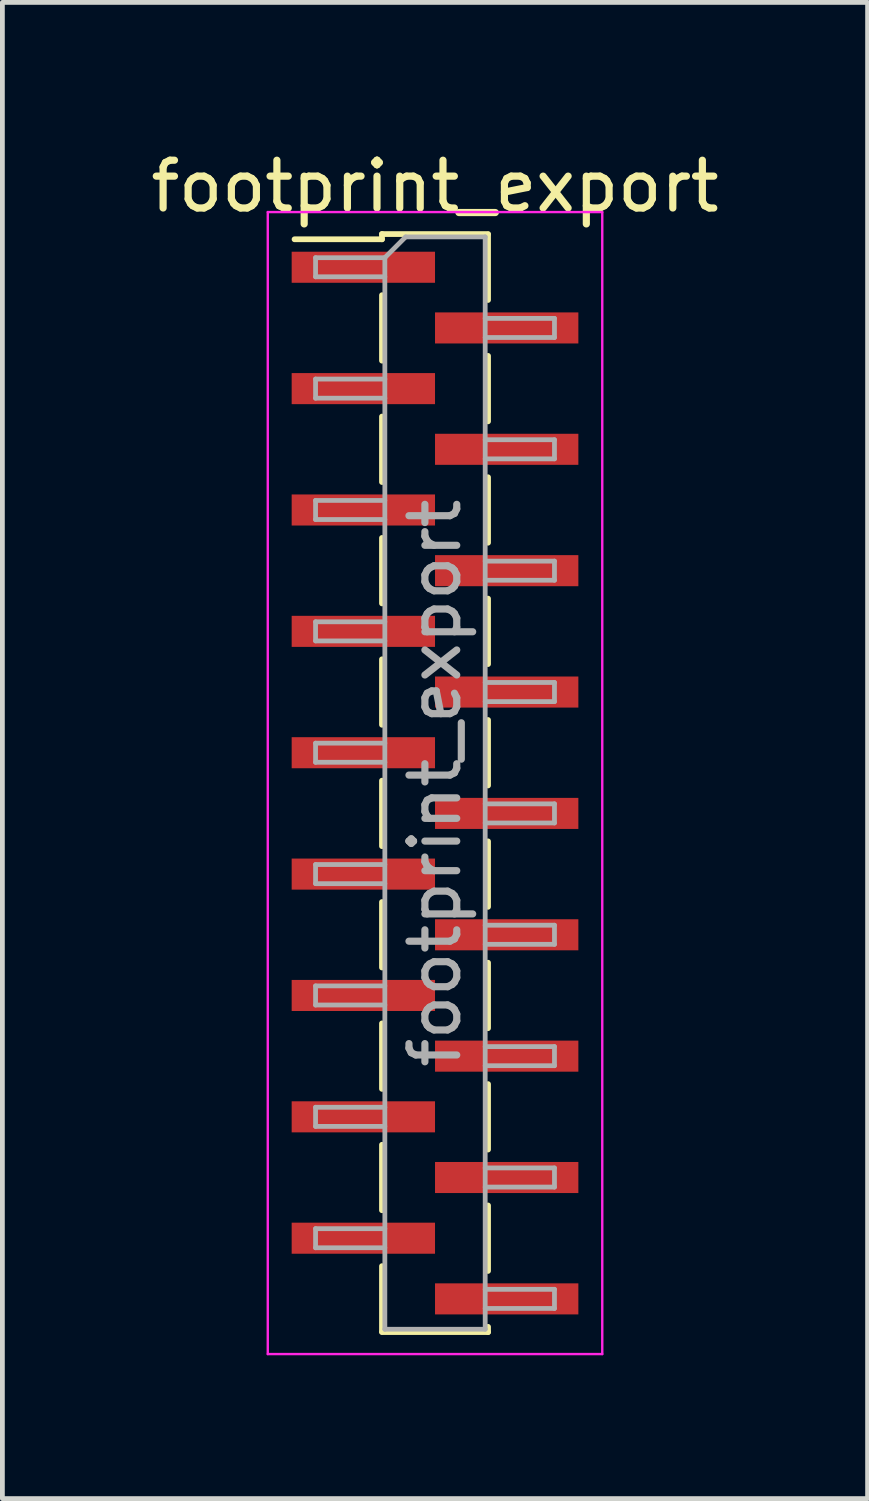
<source format=kicad_pcb>
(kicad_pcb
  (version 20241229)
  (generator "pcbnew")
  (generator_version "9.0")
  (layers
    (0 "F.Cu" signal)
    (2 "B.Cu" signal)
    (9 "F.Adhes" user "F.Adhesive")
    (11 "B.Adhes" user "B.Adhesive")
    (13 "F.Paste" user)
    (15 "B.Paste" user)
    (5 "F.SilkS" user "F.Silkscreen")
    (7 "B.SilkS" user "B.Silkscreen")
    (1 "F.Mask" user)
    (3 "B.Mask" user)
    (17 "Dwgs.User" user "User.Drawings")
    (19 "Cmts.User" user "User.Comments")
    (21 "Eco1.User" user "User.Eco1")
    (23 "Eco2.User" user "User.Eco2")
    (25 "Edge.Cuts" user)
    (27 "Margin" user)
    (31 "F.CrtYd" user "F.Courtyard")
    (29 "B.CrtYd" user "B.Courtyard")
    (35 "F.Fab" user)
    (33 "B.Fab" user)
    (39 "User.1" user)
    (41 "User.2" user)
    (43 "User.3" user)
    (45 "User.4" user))
  (footprint "footprint_export"
    (layer "F.Cu")
    (at 6.054 13.338)
    (property "Reference" "footprint_export" (at 0 -12.49 0) (layer "F.SilkS") (effects (font (size 1 1) (thickness 0.15))))
    (attr smd)
    (fp_line (start -1.11 -11.49) (end -1.11 -11.38) (stroke (width 0.12) (type solid)) (layer "F.SilkS"))
    (fp_line (start -1.11 -11.49) (end 1.11 -11.49) (stroke (width 0.12) (type solid)) (layer "F.SilkS"))
    (fp_line (start -1.11 -11.38) (end -2.94 -11.38) (stroke (width 0.12) (type solid)) (layer "F.SilkS"))
    (fp_line (start -1.11 -10.21) (end -1.11 -8.84) (stroke (width 0.12) (type solid)) (layer "F.SilkS"))
    (fp_line (start -1.11 -7.67) (end -1.11 -6.3) (stroke (width 0.12) (type solid)) (layer "F.SilkS"))
    (fp_line (start -1.11 -5.13) (end -1.11 -3.76) (stroke (width 0.12) (type solid)) (layer "F.SilkS"))
    (fp_line (start -1.11 -2.59) (end -1.11 -1.22) (stroke (width 0.12) (type solid)) (layer "F.SilkS"))
    (fp_line (start -1.11 -0.05) (end -1.11 1.32) (stroke (width 0.12) (type solid)) (layer "F.SilkS"))
    (fp_line (start -1.11 2.49) (end -1.11 3.86) (stroke (width 0.12) (type solid)) (layer "F.SilkS"))
    (fp_line (start -1.11 5.03) (end -1.11 6.4) (stroke (width 0.12) (type solid)) (layer "F.SilkS"))
    (fp_line (start -1.11 7.57) (end -1.11 8.94) (stroke (width 0.12) (type solid)) (layer "F.SilkS"))
    (fp_line (start -1.11 10.11) (end -1.11 11.48) (stroke (width 0.12) (type solid)) (layer "F.SilkS"))
    (fp_line (start -1.11 11.49) (end 1.11 11.49) (stroke (width 0.12) (type solid)) (layer "F.SilkS"))
    (fp_line (start 1.11 -11.48) (end 1.11 -10.11) (stroke (width 0.12) (type solid)) (layer "F.SilkS"))
    (fp_line (start 1.11 -8.94) (end 1.11 -7.57) (stroke (width 0.12) (type solid)) (layer "F.SilkS"))
    (fp_line (start 1.11 -6.4) (end 1.11 -5.03) (stroke (width 0.12) (type solid)) (layer "F.SilkS"))
    (fp_line (start 1.11 -3.86) (end 1.11 -2.49) (stroke (width 0.12) (type solid)) (layer "F.SilkS"))
    (fp_line (start 1.11 -1.32) (end 1.11 0.05) (stroke (width 0.12) (type solid)) (layer "F.SilkS"))
    (fp_line (start 1.11 1.22) (end 1.11 2.59) (stroke (width 0.12) (type solid)) (layer "F.SilkS"))
    (fp_line (start 1.11 3.76) (end 1.11 5.13) (stroke (width 0.12) (type solid)) (layer "F.SilkS"))
    (fp_line (start 1.11 6.3) (end 1.11 7.67) (stroke (width 0.12) (type solid)) (layer "F.SilkS"))
    (fp_line (start 1.11 8.84) (end 1.11 10.21) (stroke (width 0.12) (type solid)) (layer "F.SilkS"))
    (fp_line (start 1.11 11.38) (end 1.11 11.49) (stroke (width 0.12) (type solid)) (layer "F.SilkS"))
    (fp_line (start -3.5 -11.95) (end -3.5 11.95) (stroke (width 0.05) (type solid)) (layer "F.CrtYd"))
    (fp_line (start -3.5 11.95) (end 3.5 11.95) (stroke (width 0.05) (type solid)) (layer "F.CrtYd"))
    (fp_line (start 3.5 -11.95) (end -3.5 -11.95) (stroke (width 0.05) (type solid)) (layer "F.CrtYd"))
    (fp_line (start 3.5 11.95) (end 3.5 -11.95) (stroke (width 0.05) (type solid)) (layer "F.CrtYd"))
    (fp_line (start -2.5 -10.995) (end -2.5 -10.595) (stroke (width 0.1) (type solid)) (layer "F.Fab"))
    (fp_line (start -2.5 -10.595) (end -1.05 -10.595) (stroke (width 0.1) (type solid)) (layer "F.Fab"))
    (fp_line (start -2.5 -8.455) (end -2.5 -8.055) (stroke (width 0.1) (type solid)) (layer "F.Fab"))
    (fp_line (start -2.5 -8.055) (end -1.05 -8.055) (stroke (width 0.1) (type solid)) (layer "F.Fab"))
    (fp_line (start -2.5 -5.915) (end -2.5 -5.515) (stroke (width 0.1) (type solid)) (layer "F.Fab"))
    (fp_line (start -2.5 -5.515) (end -1.05 -5.515) (stroke (width 0.1) (type solid)) (layer "F.Fab"))
    (fp_line (start -2.5 -3.375) (end -2.5 -2.975) (stroke (width 0.1) (type solid)) (layer "F.Fab"))
    (fp_line (start -2.5 -2.975) (end -1.05 -2.975) (stroke (width 0.1) (type solid)) (layer "F.Fab"))
    (fp_line (start -2.5 -0.835) (end -2.5 -0.435) (stroke (width 0.1) (type solid)) (layer "F.Fab"))
    (fp_line (start -2.5 -0.435) (end -1.05 -0.435) (stroke (width 0.1) (type solid)) (layer "F.Fab"))
    (fp_line (start -2.5 1.705) (end -2.5 2.105) (stroke (width 0.1) (type solid)) (layer "F.Fab"))
    (fp_line (start -2.5 2.105) (end -1.05 2.105) (stroke (width 0.1) (type solid)) (layer "F.Fab"))
    (fp_line (start -2.5 4.245) (end -2.5 4.645) (stroke (width 0.1) (type solid)) (layer "F.Fab"))
    (fp_line (start -2.5 4.645) (end -1.05 4.645) (stroke (width 0.1) (type solid)) (layer "F.Fab"))
    (fp_line (start -2.5 6.785) (end -2.5 7.185) (stroke (width 0.1) (type solid)) (layer "F.Fab"))
    (fp_line (start -2.5 7.185) (end -1.05 7.185) (stroke (width 0.1) (type solid)) (layer "F.Fab"))
    (fp_line (start -2.5 9.325) (end -2.5 9.725) (stroke (width 0.1) (type solid)) (layer "F.Fab"))
    (fp_line (start -2.5 9.725) (end -1.05 9.725) (stroke (width 0.1) (type solid)) (layer "F.Fab"))
    (fp_line (start -1.05 -10.995) (end -2.5 -10.995) (stroke (width 0.1) (type solid)) (layer "F.Fab"))
    (fp_line (start -1.05 -10.995) (end -0.615 -11.43) (stroke (width 0.1) (type solid)) (layer "F.Fab"))
    (fp_line (start -1.05 -8.455) (end -2.5 -8.455) (stroke (width 0.1) (type solid)) (layer "F.Fab"))
    (fp_line (start -1.05 -5.915) (end -2.5 -5.915) (stroke (width 0.1) (type solid)) (layer "F.Fab"))
    (fp_line (start -1.05 -3.375) (end -2.5 -3.375) (stroke (width 0.1) (type solid)) (layer "F.Fab"))
    (fp_line (start -1.05 -0.835) (end -2.5 -0.835) (stroke (width 0.1) (type solid)) (layer "F.Fab"))
    (fp_line (start -1.05 1.705) (end -2.5 1.705) (stroke (width 0.1) (type solid)) (layer "F.Fab"))
    (fp_line (start -1.05 4.245) (end -2.5 4.245) (stroke (width 0.1) (type solid)) (layer "F.Fab"))
    (fp_line (start -1.05 6.785) (end -2.5 6.785) (stroke (width 0.1) (type solid)) (layer "F.Fab"))
    (fp_line (start -1.05 9.325) (end -2.5 9.325) (stroke (width 0.1) (type solid)) (layer "F.Fab"))
    (fp_line (start -1.05 11.43) (end -1.05 -10.995) (stroke (width 0.1) (type solid)) (layer "F.Fab"))
    (fp_line (start -0.615 -11.43) (end 1.05 -11.43) (stroke (width 0.1) (type solid)) (layer "F.Fab"))
    (fp_line (start 1.05 -11.43) (end 1.05 11.43) (stroke (width 0.1) (type solid)) (layer "F.Fab"))
    (fp_line (start 1.05 -9.725) (end 2.5 -9.725) (stroke (width 0.1) (type solid)) (layer "F.Fab"))
    (fp_line (start 1.05 -7.185) (end 2.5 -7.185) (stroke (width 0.1) (type solid)) (layer "F.Fab"))
    (fp_line (start 1.05 -4.645) (end 2.5 -4.645) (stroke (width 0.1) (type solid)) (layer "F.Fab"))
    (fp_line (start 1.05 -2.105) (end 2.5 -2.105) (stroke (width 0.1) (type solid)) (layer "F.Fab"))
    (fp_line (start 1.05 0.435) (end 2.5 0.435) (stroke (width 0.1) (type solid)) (layer "F.Fab"))
    (fp_line (start 1.05 2.975) (end 2.5 2.975) (stroke (width 0.1) (type solid)) (layer "F.Fab"))
    (fp_line (start 1.05 5.515) (end 2.5 5.515) (stroke (width 0.1) (type solid)) (layer "F.Fab"))
    (fp_line (start 1.05 8.055) (end 2.5 8.055) (stroke (width 0.1) (type solid)) (layer "F.Fab"))
    (fp_line (start 1.05 10.595) (end 2.5 10.595) (stroke (width 0.1) (type solid)) (layer "F.Fab"))
    (fp_line (start 1.05 11.43) (end -1.05 11.43) (stroke (width 0.1) (type solid)) (layer "F.Fab"))
    (fp_line (start 2.5 -9.725) (end 2.5 -9.325) (stroke (width 0.1) (type solid)) (layer "F.Fab"))
    (fp_line (start 2.5 -9.325) (end 1.05 -9.325) (stroke (width 0.1) (type solid)) (layer "F.Fab"))
    (fp_line (start 2.5 -7.185) (end 2.5 -6.785) (stroke (width 0.1) (type solid)) (layer "F.Fab"))
    (fp_line (start 2.5 -6.785) (end 1.05 -6.785) (stroke (width 0.1) (type solid)) (layer "F.Fab"))
    (fp_line (start 2.5 -4.645) (end 2.5 -4.245) (stroke (width 0.1) (type solid)) (layer "F.Fab"))
    (fp_line (start 2.5 -4.245) (end 1.05 -4.245) (stroke (width 0.1) (type solid)) (layer "F.Fab"))
    (fp_line (start 2.5 -2.105) (end 2.5 -1.705) (stroke (width 0.1) (type solid)) (layer "F.Fab"))
    (fp_line (start 2.5 -1.705) (end 1.05 -1.705) (stroke (width 0.1) (type solid)) (layer "F.Fab"))
    (fp_line (start 2.5 0.435) (end 2.5 0.835) (stroke (width 0.1) (type solid)) (layer "F.Fab"))
    (fp_line (start 2.5 0.835) (end 1.05 0.835) (stroke (width 0.1) (type solid)) (layer "F.Fab"))
    (fp_line (start 2.5 2.975) (end 2.5 3.375) (stroke (width 0.1) (type solid)) (layer "F.Fab"))
    (fp_line (start 2.5 3.375) (end 1.05 3.375) (stroke (width 0.1) (type solid)) (layer "F.Fab"))
    (fp_line (start 2.5 5.515) (end 2.5 5.915) (stroke (width 0.1) (type solid)) (layer "F.Fab"))
    (fp_line (start 2.5 5.915) (end 1.05 5.915) (stroke (width 0.1) (type solid)) (layer "F.Fab"))
    (fp_line (start 2.5 8.055) (end 2.5 8.455) (stroke (width 0.1) (type solid)) (layer "F.Fab"))
    (fp_line (start 2.5 8.455) (end 1.05 8.455) (stroke (width 0.1) (type solid)) (layer "F.Fab"))
    (fp_line (start 2.5 10.595) (end 2.5 10.995) (stroke (width 0.1) (type solid)) (layer "F.Fab"))
    (fp_line (start 2.5 10.995) (end 1.05 10.995) (stroke (width 0.1) (type solid)) (layer "F.Fab"))
    (fp_text user "${REFERENCE}" (at 0 0 90) (layer "F.Fab") (effects (font (size 1 1) (thickness 0.15))))
    (pad "1" smd rect (at -1.5 -10.795) (size 3 0.65) (layers "F.Cu" "F.Mask" "F.Paste"))
    (pad "2" smd rect (at 1.5 -9.525) (size 3 0.65) (layers "F.Cu" "F.Mask" "F.Paste"))
    (pad "3" smd rect (at -1.5 -8.255) (size 3 0.65) (layers "F.Cu" "F.Mask" "F.Paste"))
    (pad "4" smd rect (at 1.5 -6.985) (size 3 0.65) (layers "F.Cu" "F.Mask" "F.Paste"))
    (pad "5" smd rect (at -1.5 -5.715) (size 3 0.65) (layers "F.Cu" "F.Mask" "F.Paste"))
    (pad "6" smd rect (at 1.5 -4.445) (size 3 0.65) (layers "F.Cu" "F.Mask" "F.Paste"))
    (pad "7" smd rect (at -1.5 -3.175) (size 3 0.65) (layers "F.Cu" "F.Mask" "F.Paste"))
    (pad "8" smd rect (at 1.5 -1.905) (size 3 0.65) (layers "F.Cu" "F.Mask" "F.Paste"))
    (pad "9" smd rect (at -1.5 -0.635) (size 3 0.65) (layers "F.Cu" "F.Mask" "F.Paste"))
    (pad "10" smd rect (at 1.5 0.635) (size 3 0.65) (layers "F.Cu" "F.Mask" "F.Paste"))
    (pad "11" smd rect (at -1.5 1.905) (size 3 0.65) (layers "F.Cu" "F.Mask" "F.Paste"))
    (pad "12" smd rect (at 1.5 3.175) (size 3 0.65) (layers "F.Cu" "F.Mask" "F.Paste"))
    (pad "13" smd rect (at -1.5 4.445) (size 3 0.65) (layers "F.Cu" "F.Mask" "F.Paste"))
    (pad "14" smd rect (at 1.5 5.715) (size 3 0.65) (layers "F.Cu" "F.Mask" "F.Paste"))
    (pad "15" smd rect (at -1.5 6.985) (size 3 0.65) (layers "F.Cu" "F.Mask" "F.Paste"))
    (pad "16" smd rect (at 1.5 8.255) (size 3 0.65) (layers "F.Cu" "F.Mask" "F.Paste"))
    (pad "17" smd rect (at -1.5 9.525) (size 3 0.65) (layers "F.Cu" "F.Mask" "F.Paste"))
    (pad "18" smd rect (at 1.5 10.795) (size 3 0.65) (layers "F.Cu" "F.Mask" "F.Paste")))
  (gr_rect
    (start -3 -3)
    (end 15.107 28.313)
    (stroke (width 0.1) (type default))
    (fill no)
    (layer "Edge.Cuts")))
</source>
